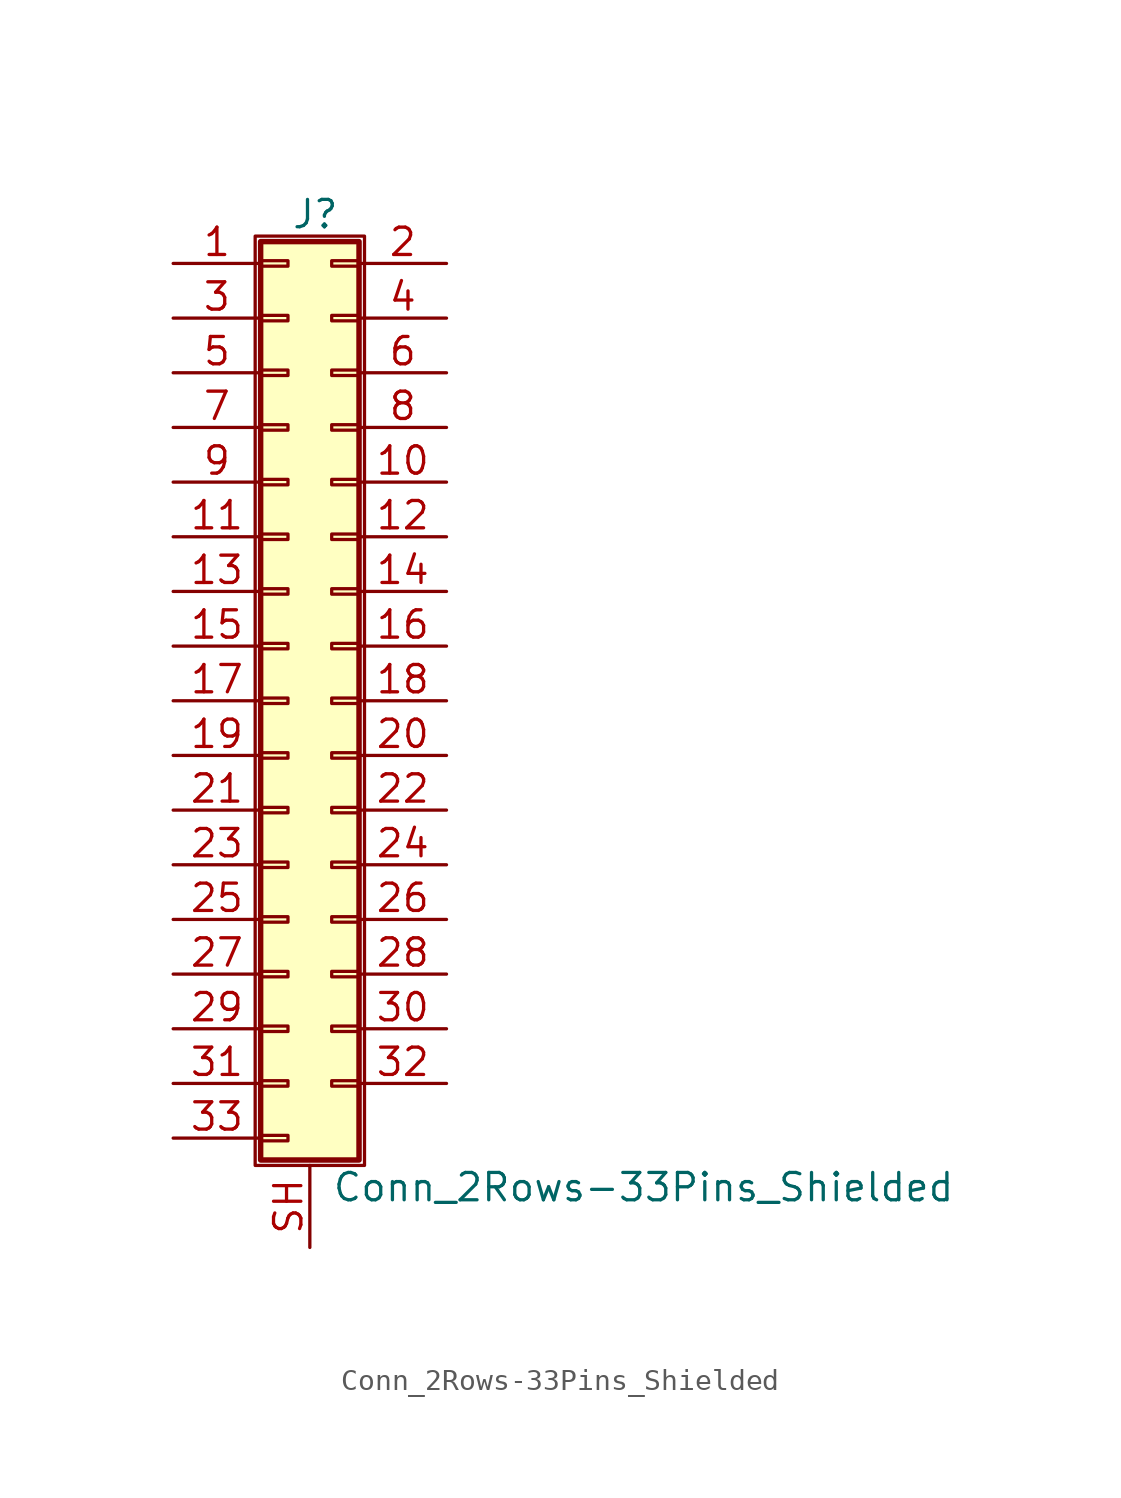
<source format=kicad_sym>
(kicad_symbol_lib
  (version 20211014)
  (generator kicad_symbol_editor)
  (symbol "Conn_2Rows-33Pins_Shielded"
    (pin_names
      (offset 1.016) hide)
    (property "Reference" "J"
      (at 1.524 22.606 0)
      (effects (font (size 1.27 1.27))))
    (property "Value" "Conn_2Rows-33Pins_Shielded"
      (at 2.286 -22.606 0)
      (effects (font (size 1.27 1.27)) (justify left)))
    (symbol "Conn_2Rows-33Pins_Shielded_1_1"
      (rectangle (start -1.27 21.59) (end 3.81 -21.59) (stroke (width 0.152) (type default) (color 0 0 0 0)) (fill (type none)))
      (rectangle (start -1.016 -20.193) (end 0.254 -20.447) (stroke (width 0.152) (type default) (color 0 0 0 0)) (fill (type none)))
      (rectangle (start -1.016 -17.653) (end 0.254 -17.907) (stroke (width 0.152) (type default) (color 0 0 0 0)) (fill (type none)))
      (rectangle (start -1.016 -15.113) (end 0.254 -15.367) (stroke (width 0.152) (type default) (color 0 0 0 0)) (fill (type none)))
      (rectangle (start -1.016 -12.573) (end 0.254 -12.827) (stroke (width 0.152) (type default) (color 0 0 0 0)) (fill (type none)))
      (rectangle (start -1.016 -10.033) (end 0.254 -10.287) (stroke (width 0.152) (type default) (color 0 0 0 0)) (fill (type none)))
      (rectangle (start -1.016 -7.493) (end 0.254 -7.747) (stroke (width 0.152) (type default) (color 0 0 0 0)) (fill (type none)))
      (rectangle (start -1.016 -4.953) (end 0.254 -5.207) (stroke (width 0.152) (type default) (color 0 0 0 0)) (fill (type none)))
      (rectangle (start -1.016 -2.413) (end 0.254 -2.667) (stroke (width 0.152) (type default) (color 0 0 0 0)) (fill (type none)))
      (rectangle (start -1.016 0.127) (end 0.254 -0.127) (stroke (width 0.152) (type default) (color 0 0 0 0)) (fill (type none)))
      (rectangle (start -1.016 2.667) (end 0.254 2.413) (stroke (width 0.152) (type default) (color 0 0 0 0)) (fill (type none)))
      (rectangle (start -1.016 5.207) (end 0.254 4.953) (stroke (width 0.152) (type default) (color 0 0 0 0)) (fill (type none)))
      (rectangle (start -1.016 7.747) (end 0.254 7.493) (stroke (width 0.152) (type default) (color 0 0 0 0)) (fill (type none)))
      (rectangle (start -1.016 10.287) (end 0.254 10.033) (stroke (width 0.152) (type default) (color 0 0 0 0)) (fill (type none)))
      (rectangle (start -1.016 12.827) (end 0.254 12.573) (stroke (width 0.152) (type default) (color 0 0 0 0)) (fill (type none)))
      (rectangle (start -1.016 15.367) (end 0.254 15.113) (stroke (width 0.152) (type default) (color 0 0 0 0)) (fill (type none)))
      (rectangle (start -1.016 17.907) (end 0.254 17.653) (stroke (width 0.152) (type default) (color 0 0 0 0)) (fill (type none)))
      (rectangle (start -1.016 20.447) (end 0.254 20.193) (stroke (width 0.152) (type default) (color 0 0 0 0)) (fill (type none)))
      (rectangle (start -1.016 21.336) (end 3.556 -21.336) (stroke (width 0.254) (type default) (color 0 0 0 0)) (fill (type background)))
      (rectangle (start 3.556 -17.653) (end 2.286 -17.907) (stroke (width 0.152) (type default) (color 0 0 0 0)) (fill (type none)))
      (rectangle (start 3.556 -15.113) (end 2.286 -15.367) (stroke (width 0.152) (type default) (color 0 0 0 0)) (fill (type none)))
      (rectangle (start 3.556 -12.573) (end 2.286 -12.827) (stroke (width 0.152) (type default) (color 0 0 0 0)) (fill (type none)))
      (rectangle (start 3.556 -10.033) (end 2.286 -10.287) (stroke (width 0.152) (type default) (color 0 0 0 0)) (fill (type none)))
      (rectangle (start 3.556 -7.493) (end 2.286 -7.747) (stroke (width 0.152) (type default) (color 0 0 0 0)) (fill (type none)))
      (rectangle (start 3.556 -4.953) (end 2.286 -5.207) (stroke (width 0.152) (type default) (color 0 0 0 0)) (fill (type none)))
      (rectangle (start 3.556 -2.413) (end 2.286 -2.667) (stroke (width 0.152) (type default) (color 0 0 0 0)) (fill (type none)))
      (rectangle (start 3.556 0.127) (end 2.286 -0.127) (stroke (width 0.152) (type default) (color 0 0 0 0)) (fill (type none)))
      (rectangle (start 3.556 2.667) (end 2.286 2.413) (stroke (width 0.152) (type default) (color 0 0 0 0)) (fill (type none)))
      (rectangle (start 3.556 5.207) (end 2.286 4.953) (stroke (width 0.152) (type default) (color 0 0 0 0)) (fill (type none)))
      (rectangle (start 3.556 7.747) (end 2.286 7.493) (stroke (width 0.152) (type default) (color 0 0 0 0)) (fill (type none)))
      (rectangle (start 3.556 10.287) (end 2.286 10.033) (stroke (width 0.152) (type default) (color 0 0 0 0)) (fill (type none)))
      (rectangle (start 3.556 12.827) (end 2.286 12.573) (stroke (width 0.152) (type default) (color 0 0 0 0)) (fill (type none)))
      (rectangle (start 3.556 15.367) (end 2.286 15.113) (stroke (width 0.152) (type default) (color 0 0 0 0)) (fill (type none)))
      (rectangle (start 3.556 17.907) (end 2.286 17.653) (stroke (width 0.152) (type default) (color 0 0 0 0)) (fill (type none)))
      (rectangle (start 3.556 20.447) (end 2.286 20.193) (stroke (width 0.152) (type default) (color 0 0 0 0)) (fill (type none)))
      (pin passive line (at -5.08 20.32 0) (length 4.064) (name "Pin_1" (effects (font (size 1.27 1.27)))) (number "1" (effects (font (size 1.27 1.27)))))
      (pin passive line (at 7.62 10.16 180) (length 4.064) (name "Pin_10" (effects (font (size 1.27 1.27)))) (number "10" (effects (font (size 1.27 1.27)))))
      (pin passive line (at -5.08 7.62 0) (length 4.064) (name "Pin_11" (effects (font (size 1.27 1.27)))) (number "11" (effects (font (size 1.27 1.27)))))
      (pin passive line (at 7.62 7.62 180) (length 4.064) (name "Pin_12" (effects (font (size 1.27 1.27)))) (number "12" (effects (font (size 1.27 1.27)))))
      (pin passive line (at -5.08 5.08 0) (length 4.064) (name "Pin_13" (effects (font (size 1.27 1.27)))) (number "13" (effects (font (size 1.27 1.27)))))
      (pin passive line (at 7.62 5.08 180) (length 4.064) (name "Pin_14" (effects (font (size 1.27 1.27)))) (number "14" (effects (font (size 1.27 1.27)))))
      (pin passive line (at -5.08 2.54 0) (length 4.064) (name "Pin_15" (effects (font (size 1.27 1.27)))) (number "15" (effects (font (size 1.27 1.27)))))
      (pin passive line (at 7.62 2.54 180) (length 4.064) (name "Pin_16" (effects (font (size 1.27 1.27)))) (number "16" (effects (font (size 1.27 1.27)))))
      (pin passive line (at -5.08 0 0) (length 4.064) (name "Pin_17" (effects (font (size 1.27 1.27)))) (number "17" (effects (font (size 1.27 1.27)))))
      (pin passive line (at 7.62 0 180) (length 4.064) (name "Pin_18" (effects (font (size 1.27 1.27)))) (number "18" (effects (font (size 1.27 1.27)))))
      (pin passive line (at -5.08 -2.54 0) (length 4.064) (name "Pin_19" (effects (font (size 1.27 1.27)))) (number "19" (effects (font (size 1.27 1.27)))))
      (pin passive line (at 7.62 20.32 180) (length 4.064) (name "Pin_2" (effects (font (size 1.27 1.27)))) (number "2" (effects (font (size 1.27 1.27)))))
      (pin passive line (at 7.62 -2.54 180) (length 4.064) (name "Pin_20" (effects (font (size 1.27 1.27)))) (number "20" (effects (font (size 1.27 1.27)))))
      (pin passive line (at -5.08 -5.08 0) (length 4.064) (name "Pin_21" (effects (font (size 1.27 1.27)))) (number "21" (effects (font (size 1.27 1.27)))))
      (pin passive line (at 7.62 -5.08 180) (length 4.064) (name "Pin_22" (effects (font (size 1.27 1.27)))) (number "22" (effects (font (size 1.27 1.27)))))
      (pin passive line (at -5.08 -7.62 0) (length 4.064) (name "Pin_23" (effects (font (size 1.27 1.27)))) (number "23" (effects (font (size 1.27 1.27)))))
      (pin passive line (at 7.62 -7.62 180) (length 4.064) (name "Pin_24" (effects (font (size 1.27 1.27)))) (number "24" (effects (font (size 1.27 1.27)))))
      (pin passive line (at -5.08 -10.16 0) (length 4.064) (name "Pin_25" (effects (font (size 1.27 1.27)))) (number "25" (effects (font (size 1.27 1.27)))))
      (pin passive line (at 7.62 -10.16 180) (length 4.064) (name "Pin_26" (effects (font (size 1.27 1.27)))) (number "26" (effects (font (size 1.27 1.27)))))
      (pin passive line (at -5.08 -12.7 0) (length 4.064) (name "Pin_27" (effects (font (size 1.27 1.27)))) (number "27" (effects (font (size 1.27 1.27)))))
      (pin passive line (at 7.62 -12.7 180) (length 4.064) (name "Pin_28" (effects (font (size 1.27 1.27)))) (number "28" (effects (font (size 1.27 1.27)))))
      (pin passive line (at -5.08 -15.24 0) (length 4.064) (name "Pin_29" (effects (font (size 1.27 1.27)))) (number "29" (effects (font (size 1.27 1.27)))))
      (pin passive line (at -5.08 17.78 0) (length 4.064) (name "Pin_3" (effects (font (size 1.27 1.27)))) (number "3" (effects (font (size 1.27 1.27)))))
      (pin passive line (at 7.62 -15.24 180) (length 4.064) (name "Pin_30" (effects (font (size 1.27 1.27)))) (number "30" (effects (font (size 1.27 1.27)))))
      (pin passive line (at -5.08 -17.78 0) (length 4.064) (name "Pin_31" (effects (font (size 1.27 1.27)))) (number "31" (effects (font (size 1.27 1.27)))))
      (pin passive line (at 7.62 -17.78 180) (length 4.064) (name "Pin_32" (effects (font (size 1.27 1.27)))) (number "32" (effects (font (size 1.27 1.27)))))
      (pin passive line (at -5.08 -20.32 0) (length 4.064) (name "Pin_33" (effects (font (size 1.27 1.27)))) (number "33" (effects (font (size 1.27 1.27)))))
      (pin passive line (at 7.62 17.78 180) (length 4.064) (name "Pin_4" (effects (font (size 1.27 1.27)))) (number "4" (effects (font (size 1.27 1.27)))))
      (pin passive line (at -5.08 15.24 0) (length 4.064) (name "Pin_5" (effects (font (size 1.27 1.27)))) (number "5" (effects (font (size 1.27 1.27)))))
      (pin passive line (at 7.62 15.24 180) (length 4.064) (name "Pin_6" (effects (font (size 1.27 1.27)))) (number "6" (effects (font (size 1.27 1.27)))))
      (pin passive line (at -5.08 12.7 0) (length 4.064) (name "Pin_7" (effects (font (size 1.27 1.27)))) (number "7" (effects (font (size 1.27 1.27)))))
      (pin passive line (at 7.62 12.7 180) (length 4.064) (name "Pin_8" (effects (font (size 1.27 1.27)))) (number "8" (effects (font (size 1.27 1.27)))))
      (pin passive line (at -5.08 10.16 0) (length 4.064) (name "Pin_9" (effects (font (size 1.27 1.27)))) (number "9" (effects (font (size 1.27 1.27)))))
      (pin passive line (at 1.27 -25.4 90) (length 3.81) (name "Shield" (effects (font (size 1.27 1.27)))) (number "SH" (effects (font (size 1.27 1.27))))))))
</source>
